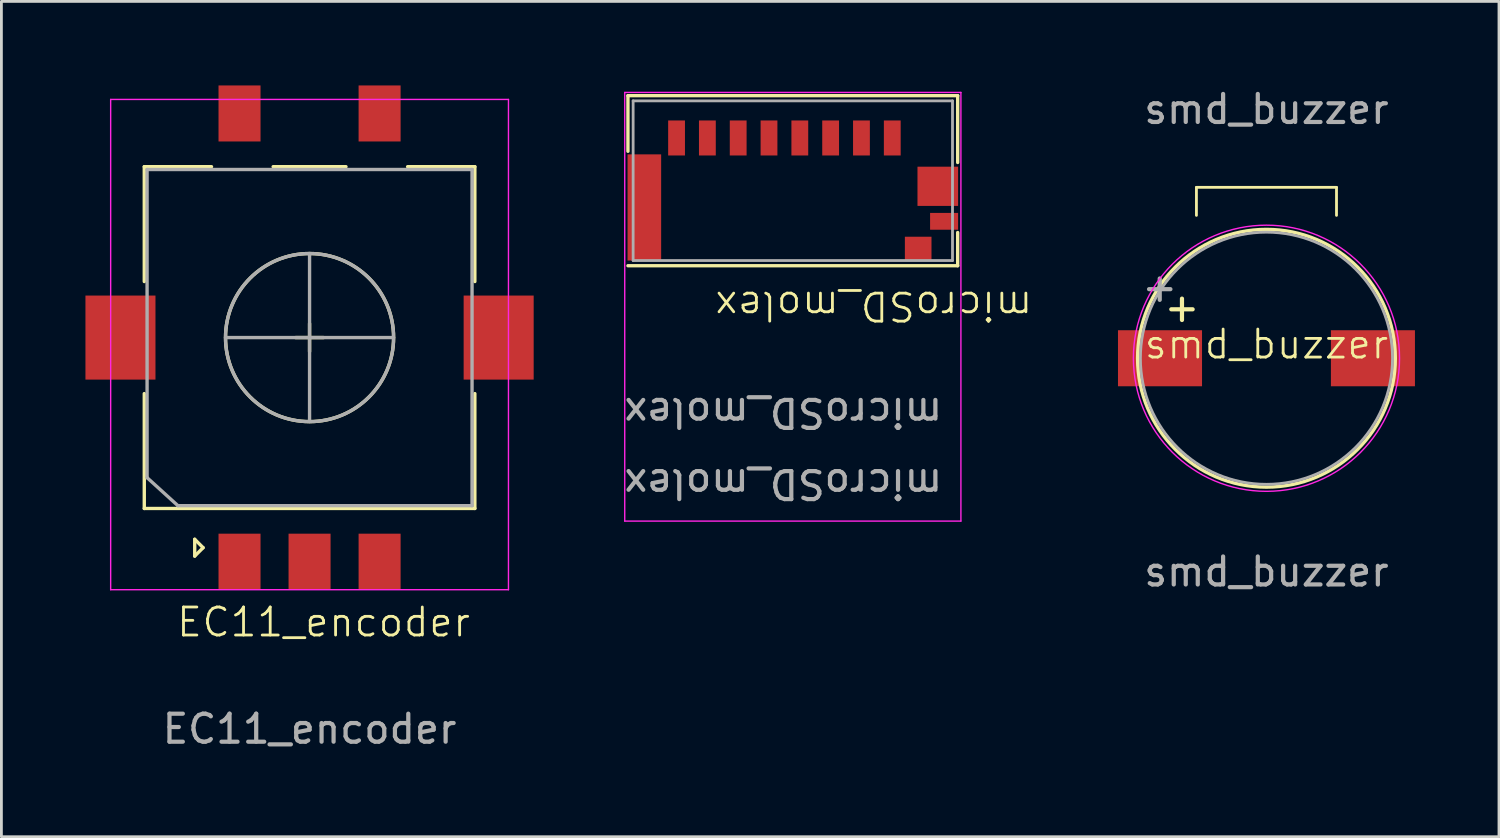
<source format=kicad_pcb>
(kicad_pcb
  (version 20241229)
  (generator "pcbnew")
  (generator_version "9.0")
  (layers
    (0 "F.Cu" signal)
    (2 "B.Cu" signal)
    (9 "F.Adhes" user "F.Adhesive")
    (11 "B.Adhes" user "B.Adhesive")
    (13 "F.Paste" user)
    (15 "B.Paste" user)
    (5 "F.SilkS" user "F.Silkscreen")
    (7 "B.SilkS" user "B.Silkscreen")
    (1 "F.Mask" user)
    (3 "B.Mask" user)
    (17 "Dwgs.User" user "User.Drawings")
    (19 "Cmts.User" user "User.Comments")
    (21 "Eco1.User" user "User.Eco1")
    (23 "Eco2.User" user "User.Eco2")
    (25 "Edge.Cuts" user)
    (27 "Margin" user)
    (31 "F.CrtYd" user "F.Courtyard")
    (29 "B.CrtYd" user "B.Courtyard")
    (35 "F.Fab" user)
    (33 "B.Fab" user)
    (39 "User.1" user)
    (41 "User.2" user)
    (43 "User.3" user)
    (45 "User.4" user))
  (footprint "microSD_molex"
    (layer "F.Cu")
    (at 19.25 0.25)
    (property "Reference" "microSD_molex" (at 8.89 7.62 180) (unlocked yes) (layer "F.SilkS") (effects (font (size 1 1) (thickness 0.1))))
    (attr smd)
    (fp_line (start 0.115 2.1) (end 0.115 0.115) (stroke (width 0.12) (type solid)) (layer "F.SilkS"))
    (fp_line (start 11.885 0.115) (end 0.115 0.115) (stroke (width 0.12) (type solid)) (layer "F.SilkS"))
    (fp_line (start 11.885 0.115) (end 11.885 2.5) (stroke (width 0.12) (type solid)) (layer "F.SilkS"))
    (fp_line (start 11.885 6.185) (end 0.115 6.185) (stroke (width 0.12) (type solid)) (layer "F.SilkS"))
    (fp_line (start 11.885 6.185) (end 11.885 5) (stroke (width 0.12) (type solid)) (layer "F.SilkS"))
    (fp_line (start 0 15.3) (end 0 0) (stroke (width 0.05) (type solid)) (layer "F.CrtYd"))
    (fp_line (start 12 0) (end 0 0) (stroke (width 0.05) (type solid)) (layer "F.CrtYd"))
    (fp_line (start 12 15.3) (end 0 15.3) (stroke (width 0.05) (type solid)) (layer "F.CrtYd"))
    (fp_line (start 12 15.3) (end 12 0) (stroke (width 0.05) (type solid)) (layer "F.CrtYd"))
    (fp_line (start 0.3 6) (end 0.3 0.3) (stroke (width 0.1) (type solid)) (layer "F.Fab"))
    (fp_line (start 11.7 0.3) (end 0.3 0.3) (stroke (width 0.1) (type solid)) (layer "F.Fab"))
    (fp_line (start 11.7 0.3) (end 11.7 6) (stroke (width 0.1) (type solid)) (layer "F.Fab"))
    (fp_line (start 11.7 6) (end 0.3 6) (stroke (width 0.1) (type solid)) (layer "F.Fab"))
    (fp_text user "${REFERENCE}" (at 5.66 13.97 180) (unlocked yes) (layer "F.Fab") (effects (font (size 1 1) (thickness 0.15))))
    (fp_text user "${REFERENCE}" (at 5.66 11.43 180) (unlocked yes) (layer "F.Fab") (effects (font (size 1 1) (thickness 0.15))))
    (pad "1" smd rect (at 9.55 1.625 180) (size 0.6 1.25) (layers "F.Cu" "F.Mask" "F.Paste"))
    (pad "2" smd rect (at 8.45 1.625 180) (size 0.6 1.25) (layers "F.Cu" "F.Mask" "F.Paste"))
    (pad "3" smd rect (at 7.35 1.625 180) (size 0.6 1.25) (layers "F.Cu" "F.Mask" "F.Paste"))
    (pad "4" smd rect (at 6.25 1.625 180) (size 0.6 1.25) (layers "F.Cu" "F.Mask" "F.Paste"))
    (pad "5" smd rect (at 5.15 1.625 180) (size 0.6 1.25) (layers "F.Cu" "F.Mask" "F.Paste"))
    (pad "6" smd rect (at 4.05 1.625 180) (size 0.6 1.25) (layers "F.Cu" "F.Mask" "F.Paste"))
    (pad "7" smd rect (at 2.95 1.625 180) (size 0.6 1.25) (layers "F.Cu" "F.Mask" "F.Paste"))
    (pad "8" smd rect (at 1.85 1.625 180) (size 0.6 1.25) (layers "F.Cu" "F.Mask" "F.Paste"))
    (pad "9" smd rect (at 11.4 4.6 180) (size 1 0.6) (layers "F.Cu" "F.Mask" "F.Paste"))
    (pad "10" smd rect (at 10.475 5.575 180) (size 0.95 0.85) (layers "F.Cu" "F.Mask" "F.Paste"))
    (pad "11" smd rect (at 0.7 4.105 180) (size 1.2 3.79) (layers "F.Cu" "F.Mask" "F.Paste"))
    (pad "11" smd rect (at 11.175 3.35 180) (size 1.45 1.4) (layers "F.Cu" "F.Mask" "F.Paste")))
  (footprint "smd_buzzer"
    (layer "F.Cu")
    (at 42.157 9.738)
    (property "Reference" "smd_buzzer" (at 0 -0.5 0) (unlocked yes) (layer "F.SilkS") (effects (font (size 1 1) (thickness 0.1))))
    (attr smd)
    (fp_line (start -2.5 -6.1) (end -2.5 -5.1) (stroke (width 0.1) (type default)) (layer "F.SilkS"))
    (fp_line (start -2.5 -6.1) (end 2.5 -6.1) (stroke (width 0.1) (type default)) (layer "F.SilkS"))
    (fp_line (start 2.5 -6.1) (end 2.5 -5.1) (stroke (width 0.1) (type default)) (layer "F.SilkS"))
    (fp_circle (center 0 0) (end 4.6 0) (stroke (width 0.12) (type solid)) (fill no) (layer "F.SilkS"))
    (fp_circle (center 0 0) (end 4.75 0) (stroke (width 0.05) (type solid)) (fill no) (layer "F.CrtYd"))
    (fp_circle (center 0 0) (end 4.5 0) (stroke (width 0.1) (type solid)) (fill no) (layer "F.Fab"))
    (fp_text user "+" (at -3.016 -1.821 0) (layer "F.SilkS") (effects (font (size 1 1) (thickness 0.15))))
    (fp_text user "+" (at -3.81 -2.54 0) (layer "F.Fab") (effects (font (size 1 1) (thickness 0.15))))
    (fp_text user "${REFERENCE}" (at 0 -8.89 0) (layer "F.Fab") (effects (font (size 1 1) (thickness 0.15))))
    (fp_text user "${REFERENCE}" (at 0 7.62 0) (unlocked yes) (layer "F.Fab") (effects (font (size 1 1) (thickness 0.15))))
    (pad "1" smd rect (at -3.8 0) (size 3 2) (layers "F.Cu" "F.Mask" "F.Paste"))
    (pad "2" smd rect (at 3.8 0) (size 3 2) (layers "F.Cu" "F.Mask" "F.Paste")))
  (footprint "EC11_encoder"
    (layer "F.Cu")
    (at 8 9)
    (property "Reference" "EC11_encoder" (at 0.5 10.16 0) (unlocked yes) (layer "F.SilkS") (effects (font (size 1 1) (thickness 0.1))))
    (attr smd)
    (fp_line (start -5.9 -6.1) (end -3.5 -6.1) (stroke (width 0.12) (type solid)) (layer "F.SilkS"))
    (fp_line (start -5.9 -2) (end -5.9 -6.1) (stroke (width 0.12) (type solid)) (layer "F.SilkS"))
    (fp_line (start -5.9 2) (end -5.9 6.1) (stroke (width 0.12) (type solid)) (layer "F.SilkS"))
    (fp_line (start -5.9 6.1) (end 5.9 6.1) (stroke (width 0.12) (type solid)) (layer "F.SilkS"))
    (fp_line (start -4.1 7.2) (end -3.8 7.5) (stroke (width 0.12) (type solid)) (layer "F.SilkS"))
    (fp_line (start -4.1 7.8) (end -4.1 7.2) (stroke (width 0.12) (type solid)) (layer "F.SilkS"))
    (fp_line (start -3.8 7.5) (end -4.1 7.8) (stroke (width 0.12) (type solid)) (layer "F.SilkS"))
    (fp_line (start -1.3 -6.1) (end 1.3 -6.1) (stroke (width 0.12) (type solid)) (layer "F.SilkS"))
    (fp_line (start -0.5 0) (end 0.5 0) (stroke (width 0.12) (type solid)) (layer "F.SilkS"))
    (fp_line (start 0 0.5) (end 0 -0.5) (stroke (width 0.12) (type solid)) (layer "F.SilkS"))
    (fp_line (start 3.5 -6.1) (end 5.9 -6.1) (stroke (width 0.12) (type solid)) (layer "F.SilkS"))
    (fp_line (start 5.9 -6.1) (end 5.9 -2) (stroke (width 0.12) (type solid)) (layer "F.SilkS"))
    (fp_line (start 5.9 2) (end 5.9 6.1) (stroke (width 0.12) (type solid)) (layer "F.SilkS"))
    (fp_circle (center 0 0) (end 3 0) (stroke (width 0.12) (type solid)) (fill no) (layer "F.SilkS"))
    (fp_line (start -7.1 9) (end -7.1 -8.5) (stroke (width 0.05) (type solid)) (layer "F.CrtYd"))
    (fp_line (start -7.1 9) (end 7.1 9) (stroke (width 0.05) (type solid)) (layer "F.CrtYd"))
    (fp_line (start 7.1 -8.5) (end -7.1 -8.5) (stroke (width 0.05) (type solid)) (layer "F.CrtYd"))
    (fp_line (start 7.1 -8.5) (end 7.1 9) (stroke (width 0.05) (type solid)) (layer "F.CrtYd"))
    (fp_line (start -5.8 -6) (end 5.8 -6) (stroke (width 0.12) (type solid)) (layer "F.Fab"))
    (fp_line (start -5.8 5) (end -5.8 -6) (stroke (width 0.12) (type solid)) (layer "F.Fab"))
    (fp_line (start -4.7 6) (end -5.8 5) (stroke (width 0.12) (type solid)) (layer "F.Fab"))
    (fp_line (start -3 0) (end 3 0) (stroke (width 0.12) (type solid)) (layer "F.Fab"))
    (fp_line (start 0 3) (end 0 -3) (stroke (width 0.12) (type solid)) (layer "F.Fab"))
    (fp_line (start 5.8 -6) (end 5.8 6) (stroke (width 0.12) (type solid)) (layer "F.Fab"))
    (fp_line (start 5.8 6) (end -4.7 6) (stroke (width 0.12) (type solid)) (layer "F.Fab"))
    (fp_circle (center 0 0) (end 0 -3) (stroke (width 0.12) (type solid)) (fill no) (layer "F.Fab"))
    (fp_text user "${REFERENCE}" (at 0 13.97 0) (unlocked yes) (layer "F.Fab") (effects (font (size 1 1) (thickness 0.15))))
    (pad "A" smd rect (at -2.5 8 90) (size 2 1.5) (layers "F.Cu" "F.Mask" "F.Paste"))
    (pad "B" smd rect (at 2.5 8 90) (size 2 1.5) (layers "F.Cu" "F.Mask" "F.Paste"))
    (pad "C" smd rect (at 0 8 90) (size 2 1.5) (layers "F.Cu" "F.Mask" "F.Paste"))
    (pad "MP" smd rect (at -6.75 0 90) (size 3 2.5) (layers "F.Cu" "F.Mask" "F.Paste"))
    (pad "MP" smd rect (at 6.75 0 90) (size 3 2.5) (layers "F.Cu" "F.Mask" "F.Paste"))
    (pad "S1" smd rect (at -2.5 -8 90) (size 2 1.5) (layers "F.Cu" "F.Mask" "F.Paste"))
    (pad "S2" smd rect (at 2.5 -8 90) (size 2 1.5) (layers "F.Cu" "F.Mask" "F.Paste")))
  (gr_rect
    (start -3 -3)
    (end 50.457 26.818)
    (stroke (width 0.1) (type default))
    (fill no)
    (layer "Edge.Cuts")))
</source>
